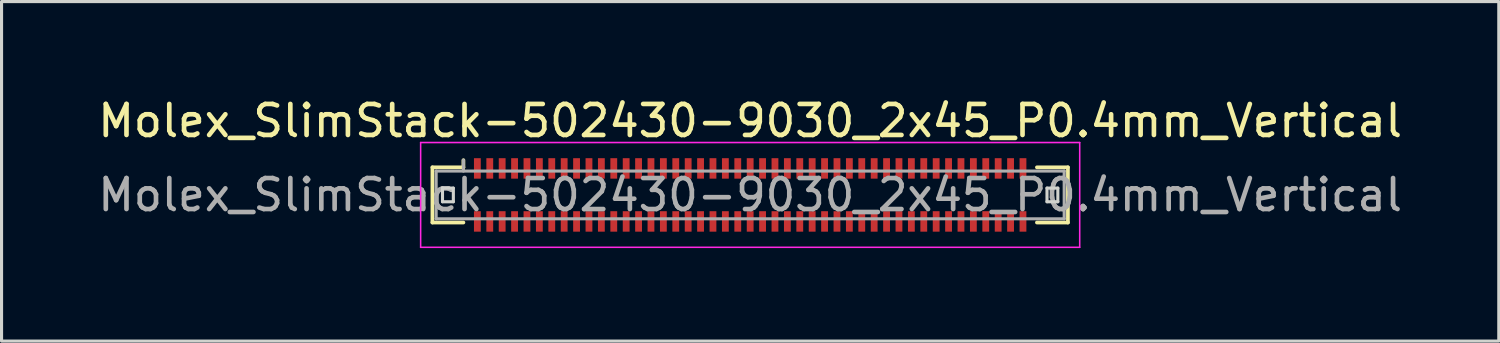
<source format=kicad_pcb>
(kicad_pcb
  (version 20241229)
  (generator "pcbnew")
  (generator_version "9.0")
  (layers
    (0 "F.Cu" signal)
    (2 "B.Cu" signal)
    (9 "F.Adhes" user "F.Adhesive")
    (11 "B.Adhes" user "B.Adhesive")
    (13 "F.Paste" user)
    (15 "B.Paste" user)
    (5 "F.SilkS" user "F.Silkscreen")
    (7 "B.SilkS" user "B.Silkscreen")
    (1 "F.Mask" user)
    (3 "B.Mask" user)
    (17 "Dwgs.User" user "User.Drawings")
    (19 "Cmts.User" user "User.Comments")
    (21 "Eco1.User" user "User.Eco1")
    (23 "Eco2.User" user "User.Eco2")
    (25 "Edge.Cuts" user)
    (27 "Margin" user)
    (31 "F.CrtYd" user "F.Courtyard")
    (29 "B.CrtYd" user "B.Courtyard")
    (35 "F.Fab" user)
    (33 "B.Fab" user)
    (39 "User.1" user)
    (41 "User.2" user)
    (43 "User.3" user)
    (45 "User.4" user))
  (footprint "Molex_SlimStack-502430-9030_2x45_P0.4mm_Vertical"
    (layer "F.Cu")
    (at 21.149 3.238)
    (property "Reference" "Molex_SlimStack-502430-9030_2x45_P0.4mm_Vertical" (at 0 -2.39 0) (layer "F.SilkS") (effects (font (size 1 1) (thickness 0.15))))
    (attr smd)
    (fp_line (start -10.25 -0.89) (end -9.25 -0.89) (stroke (width 0.12) (type solid)) (layer "F.SilkS"))
    (fp_line (start -10.25 0.89) (end -10.25 -0.89) (stroke (width 0.12) (type solid)) (layer "F.SilkS"))
    (fp_line (start -9.25 -0.89) (end -9.25 -1.12) (stroke (width 0.12) (type solid)) (layer "F.SilkS"))
    (fp_line (start -9.25 0.89) (end -10.25 0.89) (stroke (width 0.12) (type solid)) (layer "F.SilkS"))
    (fp_line (start 9.25 0.89) (end 10.25 0.89) (stroke (width 0.12) (type solid)) (layer "F.SilkS"))
    (fp_line (start 10.25 -0.89) (end 9.25 -0.89) (stroke (width 0.12) (type solid)) (layer "F.SilkS"))
    (fp_line (start 10.25 0.89) (end 10.25 -0.89) (stroke (width 0.12) (type solid)) (layer "F.SilkS"))
    (fp_line (start -9.925 -0.22) (end -9.925 0.22) (stroke (width 0.1) (type solid)) (layer "Edge.Cuts"))
    (fp_line (start -9.925 0.22) (end -9.575 0.22) (stroke (width 0.1) (type solid)) (layer "Edge.Cuts"))
    (fp_line (start -9.575 -0.22) (end -9.925 -0.22) (stroke (width 0.1) (type solid)) (layer "Edge.Cuts"))
    (fp_line (start -9.575 0.22) (end -9.575 -0.22) (stroke (width 0.1) (type solid)) (layer "Edge.Cuts"))
    (fp_line (start 9.575 -0.22) (end 9.575 0.22) (stroke (width 0.1) (type solid)) (layer "Edge.Cuts"))
    (fp_line (start 9.575 0.22) (end 9.925 0.22) (stroke (width 0.1) (type solid)) (layer "Edge.Cuts"))
    (fp_line (start 9.925 -0.22) (end 9.575 -0.22) (stroke (width 0.1) (type solid)) (layer "Edge.Cuts"))
    (fp_line (start 9.925 0.22) (end 9.925 -0.22) (stroke (width 0.1) (type solid)) (layer "Edge.Cuts"))
    (fp_line (start -10.63 -1.69) (end -10.63 1.69) (stroke (width 0.05) (type solid)) (layer "F.CrtYd"))
    (fp_line (start -10.63 1.69) (end 10.63 1.69) (stroke (width 0.05) (type solid)) (layer "F.CrtYd"))
    (fp_line (start 10.63 -1.69) (end -10.63 -1.69) (stroke (width 0.05) (type solid)) (layer "F.CrtYd"))
    (fp_line (start 10.63 1.69) (end 10.63 -1.69) (stroke (width 0.05) (type solid)) (layer "F.CrtYd"))
    (fp_line (start -10.13 -0.77) (end -10.13 0.77) (stroke (width 0.1) (type solid)) (layer "F.Fab"))
    (fp_line (start -10.13 0.77) (end 10.13 0.77) (stroke (width 0.1) (type solid)) (layer "F.Fab"))
    (fp_line (start -9.25 -0.77) (end -9.25 -1.12) (stroke (width 0.1) (type solid)) (layer "F.Fab"))
    (fp_line (start 10.13 -0.77) (end -10.13 -0.77) (stroke (width 0.1) (type solid)) (layer "F.Fab"))
    (fp_line (start 10.13 0.77) (end 10.13 -0.77) (stroke (width 0.1) (type solid)) (layer "F.Fab"))
    (fp_text user "${REFERENCE}" (at 0 0 0) (layer "F.Fab") (effects (font (size 1 1) (thickness 0.15))))
    (pad "1" smd rect (at -8.8 -0.855) (size 0.22 0.66) (layers "F.Cu" "F.Mask" "F.Paste"))
    (pad "2" smd rect (at -8.8 0.855) (size 0.22 0.66) (layers "F.Cu" "F.Mask" "F.Paste"))
    (pad "3" smd rect (at -8.4 -0.855) (size 0.22 0.66) (layers "F.Cu" "F.Mask" "F.Paste"))
    (pad "4" smd rect (at -8.4 0.855) (size 0.22 0.66) (layers "F.Cu" "F.Mask" "F.Paste"))
    (pad "5" smd rect (at -8 -0.855) (size 0.22 0.66) (layers "F.Cu" "F.Mask" "F.Paste"))
    (pad "6" smd rect (at -8 0.855) (size 0.22 0.66) (layers "F.Cu" "F.Mask" "F.Paste"))
    (pad "7" smd rect (at -7.6 -0.855) (size 0.22 0.66) (layers "F.Cu" "F.Mask" "F.Paste"))
    (pad "8" smd rect (at -7.6 0.855) (size 0.22 0.66) (layers "F.Cu" "F.Mask" "F.Paste"))
    (pad "9" smd rect (at -7.2 -0.855) (size 0.22 0.66) (layers "F.Cu" "F.Mask" "F.Paste"))
    (pad "10" smd rect (at -7.2 0.855) (size 0.22 0.66) (layers "F.Cu" "F.Mask" "F.Paste"))
    (pad "11" smd rect (at -6.8 -0.855) (size 0.22 0.66) (layers "F.Cu" "F.Mask" "F.Paste"))
    (pad "12" smd rect (at -6.8 0.855) (size 0.22 0.66) (layers "F.Cu" "F.Mask" "F.Paste"))
    (pad "13" smd rect (at -6.4 -0.855) (size 0.22 0.66) (layers "F.Cu" "F.Mask" "F.Paste"))
    (pad "14" smd rect (at -6.4 0.855) (size 0.22 0.66) (layers "F.Cu" "F.Mask" "F.Paste"))
    (pad "15" smd rect (at -6 -0.855) (size 0.22 0.66) (layers "F.Cu" "F.Mask" "F.Paste"))
    (pad "16" smd rect (at -6 0.855) (size 0.22 0.66) (layers "F.Cu" "F.Mask" "F.Paste"))
    (pad "17" smd rect (at -5.6 -0.855) (size 0.22 0.66) (layers "F.Cu" "F.Mask" "F.Paste"))
    (pad "18" smd rect (at -5.6 0.855) (size 0.22 0.66) (layers "F.Cu" "F.Mask" "F.Paste"))
    (pad "19" smd rect (at -5.2 -0.855) (size 0.22 0.66) (layers "F.Cu" "F.Mask" "F.Paste"))
    (pad "20" smd rect (at -5.2 0.855) (size 0.22 0.66) (layers "F.Cu" "F.Mask" "F.Paste"))
    (pad "21" smd rect (at -4.8 -0.855) (size 0.22 0.66) (layers "F.Cu" "F.Mask" "F.Paste"))
    (pad "22" smd rect (at -4.8 0.855) (size 0.22 0.66) (layers "F.Cu" "F.Mask" "F.Paste"))
    (pad "23" smd rect (at -4.4 -0.855) (size 0.22 0.66) (layers "F.Cu" "F.Mask" "F.Paste"))
    (pad "24" smd rect (at -4.4 0.855) (size 0.22 0.66) (layers "F.Cu" "F.Mask" "F.Paste"))
    (pad "25" smd rect (at -4 -0.855) (size 0.22 0.66) (layers "F.Cu" "F.Mask" "F.Paste"))
    (pad "26" smd rect (at -4 0.855) (size 0.22 0.66) (layers "F.Cu" "F.Mask" "F.Paste"))
    (pad "27" smd rect (at -3.6 -0.855) (size 0.22 0.66) (layers "F.Cu" "F.Mask" "F.Paste"))
    (pad "28" smd rect (at -3.6 0.855) (size 0.22 0.66) (layers "F.Cu" "F.Mask" "F.Paste"))
    (pad "29" smd rect (at -3.2 -0.855) (size 0.22 0.66) (layers "F.Cu" "F.Mask" "F.Paste"))
    (pad "30" smd rect (at -3.2 0.855) (size 0.22 0.66) (layers "F.Cu" "F.Mask" "F.Paste"))
    (pad "31" smd rect (at -2.8 -0.855) (size 0.22 0.66) (layers "F.Cu" "F.Mask" "F.Paste"))
    (pad "32" smd rect (at -2.8 0.855) (size 0.22 0.66) (layers "F.Cu" "F.Mask" "F.Paste"))
    (pad "33" smd rect (at -2.4 -0.855) (size 0.22 0.66) (layers "F.Cu" "F.Mask" "F.Paste"))
    (pad "34" smd rect (at -2.4 0.855) (size 0.22 0.66) (layers "F.Cu" "F.Mask" "F.Paste"))
    (pad "35" smd rect (at -2 -0.855) (size 0.22 0.66) (layers "F.Cu" "F.Mask" "F.Paste"))
    (pad "36" smd rect (at -2 0.855) (size 0.22 0.66) (layers "F.Cu" "F.Mask" "F.Paste"))
    (pad "37" smd rect (at -1.6 -0.855) (size 0.22 0.66) (layers "F.Cu" "F.Mask" "F.Paste"))
    (pad "38" smd rect (at -1.6 0.855) (size 0.22 0.66) (layers "F.Cu" "F.Mask" "F.Paste"))
    (pad "39" smd rect (at -1.2 -0.855) (size 0.22 0.66) (layers "F.Cu" "F.Mask" "F.Paste"))
    (pad "40" smd rect (at -1.2 0.855) (size 0.22 0.66) (layers "F.Cu" "F.Mask" "F.Paste"))
    (pad "41" smd rect (at -0.8 -0.855) (size 0.22 0.66) (layers "F.Cu" "F.Mask" "F.Paste"))
    (pad "42" smd rect (at -0.8 0.855) (size 0.22 0.66) (layers "F.Cu" "F.Mask" "F.Paste"))
    (pad "43" smd rect (at -0.4 -0.855) (size 0.22 0.66) (layers "F.Cu" "F.Mask" "F.Paste"))
    (pad "44" smd rect (at -0.4 0.855) (size 0.22 0.66) (layers "F.Cu" "F.Mask" "F.Paste"))
    (pad "45" smd rect (at 0 -0.855) (size 0.22 0.66) (layers "F.Cu" "F.Mask" "F.Paste"))
    (pad "46" smd rect (at 0 0.855) (size 0.22 0.66) (layers "F.Cu" "F.Mask" "F.Paste"))
    (pad "47" smd rect (at 0.4 -0.855) (size 0.22 0.66) (layers "F.Cu" "F.Mask" "F.Paste"))
    (pad "48" smd rect (at 0.4 0.855) (size 0.22 0.66) (layers "F.Cu" "F.Mask" "F.Paste"))
    (pad "49" smd rect (at 0.8 -0.855) (size 0.22 0.66) (layers "F.Cu" "F.Mask" "F.Paste"))
    (pad "50" smd rect (at 0.8 0.855) (size 0.22 0.66) (layers "F.Cu" "F.Mask" "F.Paste"))
    (pad "51" smd rect (at 1.2 -0.855) (size 0.22 0.66) (layers "F.Cu" "F.Mask" "F.Paste"))
    (pad "52" smd rect (at 1.2 0.855) (size 0.22 0.66) (layers "F.Cu" "F.Mask" "F.Paste"))
    (pad "53" smd rect (at 1.6 -0.855) (size 0.22 0.66) (layers "F.Cu" "F.Mask" "F.Paste"))
    (pad "54" smd rect (at 1.6 0.855) (size 0.22 0.66) (layers "F.Cu" "F.Mask" "F.Paste"))
    (pad "55" smd rect (at 2 -0.855) (size 0.22 0.66) (layers "F.Cu" "F.Mask" "F.Paste"))
    (pad "56" smd rect (at 2 0.855) (size 0.22 0.66) (layers "F.Cu" "F.Mask" "F.Paste"))
    (pad "57" smd rect (at 2.4 -0.855) (size 0.22 0.66) (layers "F.Cu" "F.Mask" "F.Paste"))
    (pad "58" smd rect (at 2.4 0.855) (size 0.22 0.66) (layers "F.Cu" "F.Mask" "F.Paste"))
    (pad "59" smd rect (at 2.8 -0.855) (size 0.22 0.66) (layers "F.Cu" "F.Mask" "F.Paste"))
    (pad "60" smd rect (at 2.8 0.855) (size 0.22 0.66) (layers "F.Cu" "F.Mask" "F.Paste"))
    (pad "61" smd rect (at 3.2 -0.855) (size 0.22 0.66) (layers "F.Cu" "F.Mask" "F.Paste"))
    (pad "62" smd rect (at 3.2 0.855) (size 0.22 0.66) (layers "F.Cu" "F.Mask" "F.Paste"))
    (pad "63" smd rect (at 3.6 -0.855) (size 0.22 0.66) (layers "F.Cu" "F.Mask" "F.Paste"))
    (pad "64" smd rect (at 3.6 0.855) (size 0.22 0.66) (layers "F.Cu" "F.Mask" "F.Paste"))
    (pad "65" smd rect (at 4 -0.855) (size 0.22 0.66) (layers "F.Cu" "F.Mask" "F.Paste"))
    (pad "66" smd rect (at 4 0.855) (size 0.22 0.66) (layers "F.Cu" "F.Mask" "F.Paste"))
    (pad "67" smd rect (at 4.4 -0.855) (size 0.22 0.66) (layers "F.Cu" "F.Mask" "F.Paste"))
    (pad "68" smd rect (at 4.4 0.855) (size 0.22 0.66) (layers "F.Cu" "F.Mask" "F.Paste"))
    (pad "69" smd rect (at 4.8 -0.855) (size 0.22 0.66) (layers "F.Cu" "F.Mask" "F.Paste"))
    (pad "70" smd rect (at 4.8 0.855) (size 0.22 0.66) (layers "F.Cu" "F.Mask" "F.Paste"))
    (pad "71" smd rect (at 5.2 -0.855) (size 0.22 0.66) (layers "F.Cu" "F.Mask" "F.Paste"))
    (pad "72" smd rect (at 5.2 0.855) (size 0.22 0.66) (layers "F.Cu" "F.Mask" "F.Paste"))
    (pad "73" smd rect (at 5.6 -0.855) (size 0.22 0.66) (layers "F.Cu" "F.Mask" "F.Paste"))
    (pad "74" smd rect (at 5.6 0.855) (size 0.22 0.66) (layers "F.Cu" "F.Mask" "F.Paste"))
    (pad "75" smd rect (at 6 -0.855) (size 0.22 0.66) (layers "F.Cu" "F.Mask" "F.Paste"))
    (pad "76" smd rect (at 6 0.855) (size 0.22 0.66) (layers "F.Cu" "F.Mask" "F.Paste"))
    (pad "77" smd rect (at 6.4 -0.855) (size 0.22 0.66) (layers "F.Cu" "F.Mask" "F.Paste"))
    (pad "78" smd rect (at 6.4 0.855) (size 0.22 0.66) (layers "F.Cu" "F.Mask" "F.Paste"))
    (pad "79" smd rect (at 6.8 -0.855) (size 0.22 0.66) (layers "F.Cu" "F.Mask" "F.Paste"))
    (pad "80" smd rect (at 6.8 0.855) (size 0.22 0.66) (layers "F.Cu" "F.Mask" "F.Paste"))
    (pad "81" smd rect (at 7.2 -0.855) (size 0.22 0.66) (layers "F.Cu" "F.Mask" "F.Paste"))
    (pad "82" smd rect (at 7.2 0.855) (size 0.22 0.66) (layers "F.Cu" "F.Mask" "F.Paste"))
    (pad "83" smd rect (at 7.6 -0.855) (size 0.22 0.66) (layers "F.Cu" "F.Mask" "F.Paste"))
    (pad "84" smd rect (at 7.6 0.855) (size 0.22 0.66) (layers "F.Cu" "F.Mask" "F.Paste"))
    (pad "85" smd rect (at 8 -0.855) (size 0.22 0.66) (layers "F.Cu" "F.Mask" "F.Paste"))
    (pad "86" smd rect (at 8 0.855) (size 0.22 0.66) (layers "F.Cu" "F.Mask" "F.Paste"))
    (pad "87" smd rect (at 8.4 -0.855) (size 0.22 0.66) (layers "F.Cu" "F.Mask" "F.Paste"))
    (pad "88" smd rect (at 8.4 0.855) (size 0.22 0.66) (layers "F.Cu" "F.Mask" "F.Paste"))
    (pad "89" smd rect (at 8.8 -0.855) (size 0.22 0.66) (layers "F.Cu" "F.Mask" "F.Paste"))
    (pad "90" smd rect (at 8.8 0.855) (size 0.22 0.66) (layers "F.Cu" "F.Mask" "F.Paste")))
  (gr_rect
    (start -3 -3)
    (end 45.298 7.953)
    (stroke (width 0.1) (type default))
    (fill no)
    (layer "Edge.Cuts")))
</source>
